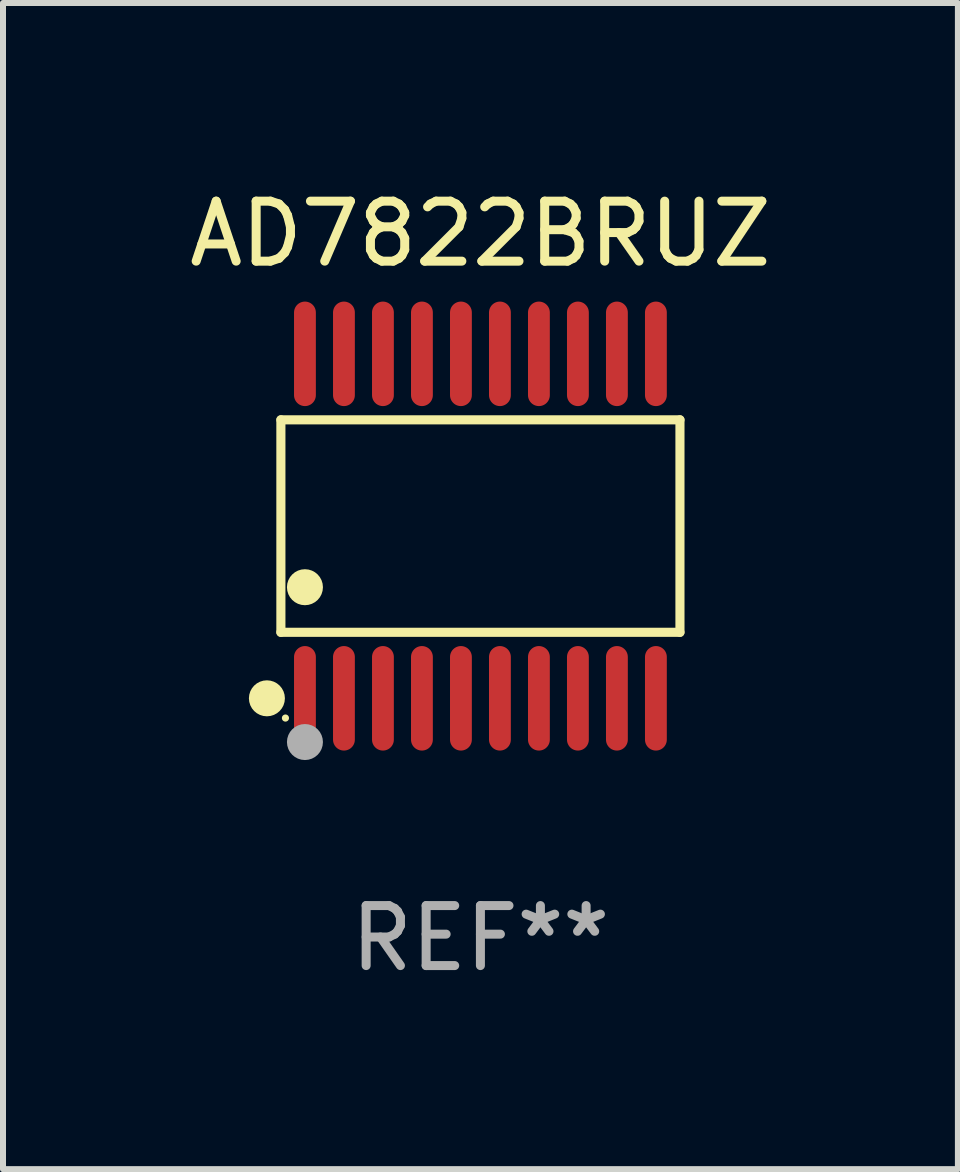
<source format=kicad_pcb>
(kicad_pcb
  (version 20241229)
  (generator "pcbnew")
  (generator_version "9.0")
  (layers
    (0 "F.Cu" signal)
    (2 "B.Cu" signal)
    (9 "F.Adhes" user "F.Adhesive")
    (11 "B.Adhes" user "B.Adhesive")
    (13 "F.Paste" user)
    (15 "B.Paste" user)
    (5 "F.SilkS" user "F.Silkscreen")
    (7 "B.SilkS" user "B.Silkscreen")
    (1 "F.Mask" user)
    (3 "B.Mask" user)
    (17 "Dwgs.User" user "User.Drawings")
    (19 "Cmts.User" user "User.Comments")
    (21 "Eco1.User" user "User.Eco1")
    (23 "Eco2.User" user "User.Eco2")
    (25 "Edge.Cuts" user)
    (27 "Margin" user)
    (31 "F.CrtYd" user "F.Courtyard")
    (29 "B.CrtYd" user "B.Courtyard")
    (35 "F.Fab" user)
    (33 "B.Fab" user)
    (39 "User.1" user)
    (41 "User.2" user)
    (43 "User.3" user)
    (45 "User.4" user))
  (footprint "AD7822BRUZ"
    (layer "F.Cu")
    (at 4.958 5.719)
    (property "Reference" "AD7822BRUZ" (at 0 -4.871 0) (layer "F.SilkS") (effects (font (size 1 1) (thickness 0.15))))
    (attr through_hole)
    (fp_line (start -3.326 -1.771) (end 3.326 -1.771) (stroke (width 0.152) (type solid)) (layer "F.SilkS"))
    (fp_line (start -3.326 1.771) (end -3.326 -1.771) (stroke (width 0.152) (type solid)) (layer "F.SilkS"))
    (fp_line (start 3.326 -1.771) (end 3.326 1.771) (stroke (width 0.152) (type solid)) (layer "F.SilkS"))
    (fp_line (start 3.326 1.771) (end -3.326 1.771) (stroke (width 0.152) (type solid)) (layer "F.SilkS"))
    (fp_circle (center -3.559 2.871) (end -3.409 2.871) (stroke (width 0.3) (type solid)) (fill no) (layer "F.SilkS"))
    (fp_circle (center -3.25 3.2) (end -3.22 3.2) (stroke (width 0.06) (type solid)) (fill no) (layer "F.SilkS"))
    (fp_circle (center -2.925 1.019) (end -2.775 1.019) (stroke (width 0.3) (type solid)) (fill no) (layer "F.SilkS"))
    (fp_circle (center -2.925 3.6) (end -2.775 3.6) (stroke (width 0.3) (type solid)) (fill no) (layer "F.Fab"))
    (fp_text user "REF**" (at 0 6.871 0) (layer "F.Fab") (effects (font (size 1 1) (thickness 0.15))))
    (pad "1" smd oval (at -2.925 2.871) (size 0.364 1.742) (layers "F.Cu" "F.Mask" "F.Paste"))
    (pad "2" smd oval (at -2.275 2.871) (size 0.364 1.742) (layers "F.Cu" "F.Mask" "F.Paste"))
    (pad "3" smd oval (at -1.625 2.871) (size 0.364 1.742) (layers "F.Cu" "F.Mask" "F.Paste"))
    (pad "4" smd oval (at -0.975 2.871) (size 0.364 1.742) (layers "F.Cu" "F.Mask" "F.Paste"))
    (pad "5" smd oval (at -0.325 2.871) (size 0.364 1.742) (layers "F.Cu" "F.Mask" "F.Paste"))
    (pad "6" smd oval (at 0.325 2.871) (size 0.364 1.742) (layers "F.Cu" "F.Mask" "F.Paste"))
    (pad "7" smd oval (at 0.975 2.871) (size 0.364 1.742) (layers "F.Cu" "F.Mask" "F.Paste"))
    (pad "8" smd oval (at 1.625 2.871) (size 0.364 1.742) (layers "F.Cu" "F.Mask" "F.Paste"))
    (pad "9" smd oval (at 2.275 2.871) (size 0.364 1.742) (layers "F.Cu" "F.Mask" "F.Paste"))
    (pad "10" smd oval (at 2.925 2.871) (size 0.364 1.742) (layers "F.Cu" "F.Mask" "F.Paste"))
    (pad "11" smd oval (at 2.925 -2.871) (size 0.364 1.742) (layers "F.Cu" "F.Mask" "F.Paste"))
    (pad "12" smd oval (at 2.275 -2.871) (size 0.364 1.742) (layers "F.Cu" "F.Mask" "F.Paste"))
    (pad "13" smd oval (at 1.625 -2.871) (size 0.364 1.742) (layers "F.Cu" "F.Mask" "F.Paste"))
    (pad "14" smd oval (at 0.975 -2.871) (size 0.364 1.742) (layers "F.Cu" "F.Mask" "F.Paste"))
    (pad "15" smd oval (at 0.325 -2.871) (size 0.364 1.742) (layers "F.Cu" "F.Mask" "F.Paste"))
    (pad "16" smd oval (at -0.325 -2.871) (size 0.364 1.742) (layers "F.Cu" "F.Mask" "F.Paste"))
    (pad "17" smd oval (at -0.975 -2.871) (size 0.364 1.742) (layers "F.Cu" "F.Mask" "F.Paste"))
    (pad "18" smd oval (at -1.625 -2.871) (size 0.364 1.742) (layers "F.Cu" "F.Mask" "F.Paste"))
    (pad "19" smd oval (at -2.275 -2.871) (size 0.364 1.742) (layers "F.Cu" "F.Mask" "F.Paste"))
    (pad "20" smd oval (at -2.925 -2.871) (size 0.364 1.742) (layers "F.Cu" "F.Mask" "F.Paste")))
  (gr_rect
    (start -3 -3)
    (end 12.917 16.438)
    (stroke (width 0.1) (type default))
    (fill no)
    (layer "Edge.Cuts")))
</source>
